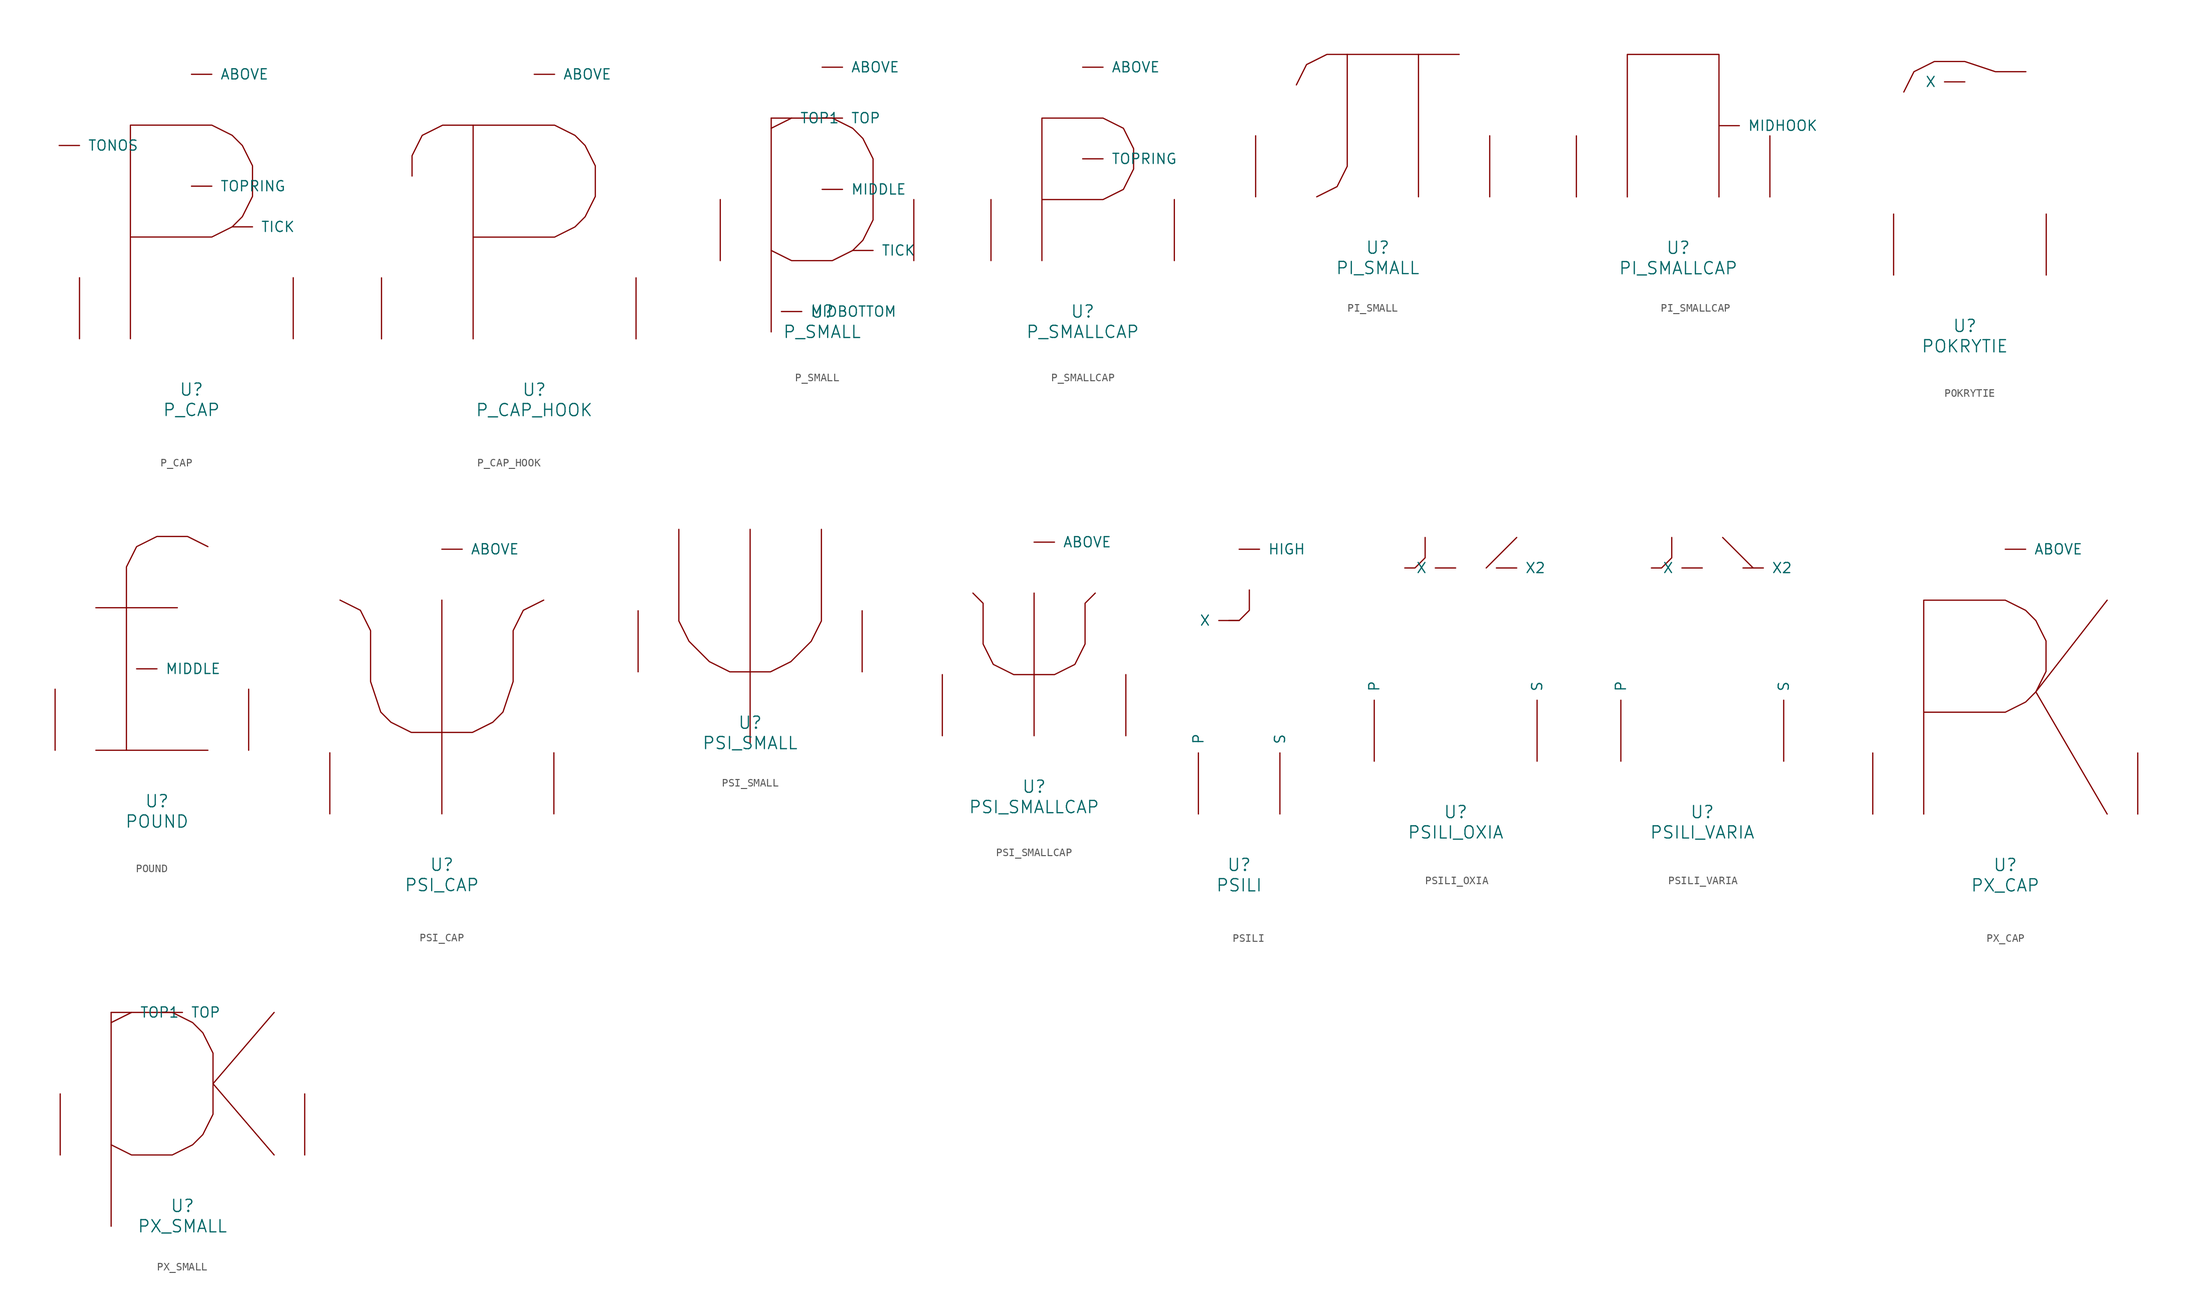
<source format=kicad_sym>
(kicad_symbol_lib
  (version 20220914)
  (generator font_lib2sym)
  (symbol "P_CAP"
    (pin_names
      (offset 1.016))
    (property "Reference" "U"
      (at 0 -6.35 0)
      (effects (font (size 1.524 1.524))))
    (property "Value" "P_CAP"
      (at 0 -8.89 0)
      (effects (font (size 1.524 1.524))))
    (symbol "P_CAP_0_1"
      (polyline (pts (xy -7.62 0) (xy -7.62 26.67) (xy 2.54 26.67) (xy 5.08 25.4) (xy 6.35 24.13) (xy 7.62 21.59) (xy 7.62 17.78) (xy 6.35 15.24) (xy 5.08 13.97) (xy 2.54 12.7) (xy -7.62 12.7)) (stroke (width 0) (type solid)) (fill (type none)))
      (pin input line (at 0 33.02 0) (length 2.54) (name "ABOVE" (effects (font (size 1.27 1.27)))) (number "~" (effects (font (size 1.27 1.27)))))
      (pin input line (at 5.08 13.97 0) (length 2.54) (name "TICK" (effects (font (size 1.27 1.27)))) (number "~" (effects (font (size 1.27 1.27)))))
      (pin input line (at -16.51 24.13 0) (length 2.54) (name "TONOS" (effects (font (size 1.27 1.27)))) (number "~" (effects (font (size 1.27 1.27)))))
      (pin input line (at 0 19.05 0) (length 2.54) (name "TOPRING" (effects (font (size 1.27 1.27)))) (number "~" (effects (font (size 1.27 1.27)))))
      (pin input line (at -13.97 0 90) (length 7.62) (name "~" (effects (font (size 1.27 1.27)))) (number "~" (effects (font (size 1.27 1.27)))))
      (pin input line (at 12.7 0 90) (length 7.62) (name "~" (effects (font (size 1.27 1.27)))) (number "~" (effects (font (size 1.27 1.27)))))))
  (symbol "P_CAP_HOOK"
    (pin_names
      (offset 1.016))
    (property "Reference" "U"
      (at 0 -6.35 0)
      (effects (font (size 1.524 1.524))))
    (property "Value" "P_CAP_HOOK"
      (at 0 -8.89 0)
      (effects (font (size 1.524 1.524))))
    (symbol "P_CAP_HOOK_0_1"
      (polyline (pts (xy -7.62 26.67) (xy -7.62 0)) (stroke (width 0) (type solid)) (fill (type none)))
      (polyline (pts (xy -15.24 20.32) (xy -15.24 22.86) (xy -13.97 25.4) (xy -11.43 26.67) (xy 2.54 26.67) (xy 5.08 25.4) (xy 6.35 24.13) (xy 7.62 21.59) (xy 7.62 17.78) (xy 6.35 15.24) (xy 5.08 13.97) (xy 2.54 12.7) (xy -7.62 12.7)) (stroke (width 0) (type solid)) (fill (type none)))
      (pin input line (at 0 33.02 0) (length 2.54) (name "ABOVE" (effects (font (size 1.27 1.27)))) (number "~" (effects (font (size 1.27 1.27)))))
      (pin input line (at -19.05 0 90) (length 7.62) (name "~" (effects (font (size 1.27 1.27)))) (number "~" (effects (font (size 1.27 1.27)))))
      (pin input line (at 12.7 0 90) (length 7.62) (name "~" (effects (font (size 1.27 1.27)))) (number "~" (effects (font (size 1.27 1.27)))))))
  (symbol "P_SMALL"
    (pin_names
      (offset 1.016))
    (property "Reference" "U"
      (at 0 -6.35 0)
      (effects (font (size 1.524 1.524))))
    (property "Value" "P_SMALL"
      (at 0 -8.89 0)
      (effects (font (size 1.524 1.524))))
    (symbol "P_SMALL_0_1"
      (polyline (pts (xy -6.35 17.78) (xy -6.35 -8.89)) (stroke (width 0) (type solid)) (fill (type none)))
      (polyline (pts (xy -6.35 16.51) (xy -3.81 17.78) (xy 1.27 17.78) (xy 3.81 16.51) (xy 5.08 15.24) (xy 6.35 12.7) (xy 6.35 5.08) (xy 5.08 2.54) (xy 3.81 1.27) (xy 1.27 0) (xy -3.81 0) (xy -6.35 1.27)) (stroke (width 0) (type solid)) (fill (type none)))
      (pin input line (at 0 24.13 0) (length 2.54) (name "ABOVE" (effects (font (size 1.27 1.27)))) (number "~" (effects (font (size 1.27 1.27)))))
      (pin input line (at -5.08 -6.35 0) (length 2.54) (name "MIDBOTTOM" (effects (font (size 1.27 1.27)))) (number "~" (effects (font (size 1.27 1.27)))))
      (pin input line (at 0 8.89 0) (length 2.54) (name "MIDDLE" (effects (font (size 1.27 1.27)))) (number "~" (effects (font (size 1.27 1.27)))))
      (pin input line (at 3.81 1.27 0) (length 2.54) (name "TICK" (effects (font (size 1.27 1.27)))) (number "~" (effects (font (size 1.27 1.27)))))
      (pin input line (at 0 17.78 0) (length 2.54) (name "TOP" (effects (font (size 1.27 1.27)))) (number "~" (effects (font (size 1.27 1.27)))))
      (pin input line (at -6.35 17.78 0) (length 2.54) (name "TOP1" (effects (font (size 1.27 1.27)))) (number "~" (effects (font (size 1.27 1.27)))))
      (pin input line (at -12.7 0 90) (length 7.62) (name "~" (effects (font (size 1.27 1.27)))) (number "~" (effects (font (size 1.27 1.27)))))
      (pin input line (at 11.43 0 90) (length 7.62) (name "~" (effects (font (size 1.27 1.27)))) (number "~" (effects (font (size 1.27 1.27)))))))
  (symbol "P_SMALLCAP"
    (pin_names
      (offset 1.016))
    (property "Reference" "U"
      (at 0 -6.35 0)
      (effects (font (size 1.524 1.524))))
    (property "Value" "P_SMALLCAP"
      (at 0 -8.89 0)
      (effects (font (size 1.524 1.524))))
    (symbol "P_SMALLCAP_0_1"
      (polyline (pts (xy -5.08 0) (xy -5.08 17.78) (xy 2.54 17.78) (xy 5.08 16.51) (xy 6.35 13.97) (xy 6.35 11.43) (xy 5.08 8.89) (xy 2.54 7.62) (xy -5.08 7.62)) (stroke (width 0) (type solid)) (fill (type none)))
      (pin input line (at 0 24.13 0) (length 2.54) (name "ABOVE" (effects (font (size 1.27 1.27)))) (number "~" (effects (font (size 1.27 1.27)))))
      (pin input line (at 0 12.7 0) (length 2.54) (name "TOPRING" (effects (font (size 1.27 1.27)))) (number "~" (effects (font (size 1.27 1.27)))))
      (pin input line (at -11.43 0 90) (length 7.62) (name "~" (effects (font (size 1.27 1.27)))) (number "~" (effects (font (size 1.27 1.27)))))
      (pin input line (at 11.43 0 90) (length 7.62) (name "~" (effects (font (size 1.27 1.27)))) (number "~" (effects (font (size 1.27 1.27)))))))
  (symbol "PI_SMALL"
    (pin_names
      (offset 1.016))
    (property "Reference" "U"
      (at 0 -6.35 0)
      (effects (font (size 1.524 1.524))))
    (property "Value" "PI_SMALL"
      (at 0 -8.89 0)
      (effects (font (size 1.524 1.524))))
    (symbol "PI_SMALL_0_1"
      (polyline (pts (xy 5.08 17.78) (xy 5.08 0)) (stroke (width 0) (type solid)) (fill (type none)))
      (polyline (pts (xy -3.81 17.78) (xy -3.81 3.81) (xy -5.08 1.27) (xy -7.62 0)) (stroke (width 0) (type solid)) (fill (type none)))
      (polyline (pts (xy 10.16 17.78) (xy -6.35 17.78) (xy -8.89 16.51) (xy -10.16 13.97)) (stroke (width 0) (type solid)) (fill (type none)))
      (pin input line (at -15.24 0 90) (length 7.62) (name "~" (effects (font (size 1.27 1.27)))) (number "~" (effects (font (size 1.27 1.27)))))
      (pin input line (at 13.97 0 90) (length 7.62) (name "~" (effects (font (size 1.27 1.27)))) (number "~" (effects (font (size 1.27 1.27)))))))
  (symbol "PI_SMALLCAP"
    (pin_names
      (offset 1.016))
    (property "Reference" "U"
      (at 0 -6.35 0)
      (effects (font (size 1.524 1.524))))
    (property "Value" "PI_SMALLCAP"
      (at 0 -8.89 0)
      (effects (font (size 1.524 1.524))))
    (symbol "PI_SMALLCAP_0_1"
      (polyline (pts (xy -6.35 0) (xy -6.35 17.78) (xy 5.08 17.78) (xy 5.08 0)) (stroke (width 0) (type solid)) (fill (type none)))
      (pin input line (at 5.08 8.89 0) (length 2.54) (name "MIDHOOK" (effects (font (size 1.27 1.27)))) (number "~" (effects (font (size 1.27 1.27)))))
      (pin input line (at -12.7 0 90) (length 7.62) (name "~" (effects (font (size 1.27 1.27)))) (number "~" (effects (font (size 1.27 1.27)))))
      (pin input line (at 11.43 0 90) (length 7.62) (name "~" (effects (font (size 1.27 1.27)))) (number "~" (effects (font (size 1.27 1.27)))))))
  (symbol "POKRYTIE"
    (pin_names
      (offset 1.016))
    (property "Reference" "U"
      (at 0 -6.35 0)
      (effects (font (size 1.524 1.524))))
    (property "Value" "POKRYTIE"
      (at 0 -8.89 0)
      (effects (font (size 1.524 1.524))))
    (symbol "POKRYTIE_0_1"
      (polyline (pts (xy -7.62 22.86) (xy -6.35 25.4) (xy -3.81 26.67) (xy 0 26.67) (xy 3.81 25.4) (xy 7.62 25.4)) (stroke (width 0) (type solid)) (fill (type none)))
      (pin input line (at 0 24.13 180) (length 2.54) (name "X" (effects (font (size 1.27 1.27)))) (number "~" (effects (font (size 1.27 1.27)))))
      (pin input line (at -8.89 0 90) (length 7.62) (name "~" (effects (font (size 1.27 1.27)))) (number "~" (effects (font (size 1.27 1.27)))))
      (pin input line (at 10.16 0 90) (length 7.62) (name "~" (effects (font (size 1.27 1.27)))) (number "~" (effects (font (size 1.27 1.27)))))))
  (symbol "POUND"
    (pin_names
      (offset 1.016))
    (property "Reference" "U"
      (at 0 -6.35 0)
      (effects (font (size 1.524 1.524))))
    (property "Value" "POUND"
      (at 0 -8.89 0)
      (effects (font (size 1.524 1.524))))
    (symbol "POUND_0_1"
      (polyline (pts (xy -7.62 17.78) (xy 2.54 17.78)) (stroke (width 0) (type solid)) (fill (type none)))
      (polyline (pts (xy -7.62 0) (xy 6.35 0) (xy 6.35 0)) (stroke (width 0) (type solid)) (fill (type none)))
      (polyline (pts (xy -3.81 0) (xy -3.81 22.86) (xy -2.54 25.4) (xy 0 26.67) (xy 3.81 26.67) (xy 6.35 25.4)) (stroke (width 0) (type solid)) (fill (type none)))
      (pin input line (at -2.54 10.16 0) (length 2.54) (name "MIDDLE" (effects (font (size 1.27 1.27)))) (number "~" (effects (font (size 1.27 1.27)))))
      (pin input line (at -12.7 0 90) (length 7.62) (name "~" (effects (font (size 1.27 1.27)))) (number "~" (effects (font (size 1.27 1.27)))))
      (pin input line (at 11.43 0 90) (length 7.62) (name "~" (effects (font (size 1.27 1.27)))) (number "~" (effects (font (size 1.27 1.27)))))))
  (symbol "PSI_CAP"
    (pin_names
      (offset 1.016))
    (property "Reference" "U"
      (at 0 -6.35 0)
      (effects (font (size 1.524 1.524))))
    (property "Value" "PSI_CAP"
      (at 0 -8.89 0)
      (effects (font (size 1.524 1.524))))
    (symbol "PSI_CAP_0_1"
      (polyline (pts (xy 0 0) (xy 0 26.67)) (stroke (width 0) (type solid)) (fill (type none)))
      (polyline (pts (xy -12.7 26.67) (xy -10.16 25.4) (xy -8.89 22.86) (xy -8.89 16.51) (xy -7.62 12.7) (xy -6.35 11.43) (xy -3.81 10.16) (xy 3.81 10.16) (xy 6.35 11.43) (xy 7.62 12.7) (xy 8.89 16.51) (xy 8.89 22.86) (xy 10.16 25.4) (xy 12.7 26.67)) (stroke (width 0) (type solid)) (fill (type none)))
      (pin input line (at 0 33.02 0) (length 2.54) (name "ABOVE" (effects (font (size 1.27 1.27)))) (number "~" (effects (font (size 1.27 1.27)))))
      (pin input line (at -13.97 0 90) (length 7.62) (name "~" (effects (font (size 1.27 1.27)))) (number "~" (effects (font (size 1.27 1.27)))))
      (pin input line (at 13.97 0 90) (length 7.62) (name "~" (effects (font (size 1.27 1.27)))) (number "~" (effects (font (size 1.27 1.27)))))))
  (symbol "PSI_SMALL"
    (pin_names
      (offset 1.016))
    (property "Reference" "U"
      (at 0 -6.35 0)
      (effects (font (size 1.524 1.524))))
    (property "Value" "PSI_SMALL"
      (at 0 -8.89 0)
      (effects (font (size 1.524 1.524))))
    (symbol "PSI_SMALL_0_1"
      (polyline (pts (xy 0 17.78) (xy 0 -8.89)) (stroke (width 0) (type solid)) (fill (type none)))
      (polyline (pts (xy -8.89 17.78) (xy -8.89 6.35) (xy -7.62 3.81) (xy -5.08 1.27) (xy -2.54 0) (xy 2.54 0) (xy 5.08 1.27) (xy 7.62 3.81) (xy 8.89 6.35) (xy 8.89 17.78)) (stroke (width 0) (type solid)) (fill (type none)))
      (pin input line (at -13.97 0 90) (length 7.62) (name "~" (effects (font (size 1.27 1.27)))) (number "~" (effects (font (size 1.27 1.27)))))
      (pin input line (at 13.97 0 90) (length 7.62) (name "~" (effects (font (size 1.27 1.27)))) (number "~" (effects (font (size 1.27 1.27)))))))
  (symbol "PSI_SMALLCAP"
    (pin_names
      (offset 1.016))
    (property "Reference" "U"
      (at 0 -6.35 0)
      (effects (font (size 1.524 1.524))))
    (property "Value" "PSI_SMALLCAP"
      (at 0 -8.89 0)
      (effects (font (size 1.524 1.524))))
    (symbol "PSI_SMALLCAP_0_1"
      (polyline (pts (xy 0 17.78) (xy 0 0)) (stroke (width 0) (type solid)) (fill (type none)))
      (polyline (pts (xy -7.62 17.78) (xy -6.35 16.51) (xy -6.35 11.43) (xy -5.08 8.89) (xy -2.54 7.62) (xy 2.54 7.62) (xy 5.08 8.89) (xy 6.35 11.43) (xy 6.35 16.51) (xy 7.62 17.78)) (stroke (width 0) (type solid)) (fill (type none)))
      (pin input line (at 0 24.13 0) (length 2.54) (name "ABOVE" (effects (font (size 1.27 1.27)))) (number "~" (effects (font (size 1.27 1.27)))))
      (pin input line (at -11.43 0 90) (length 7.62) (name "~" (effects (font (size 1.27 1.27)))) (number "~" (effects (font (size 1.27 1.27)))))
      (pin input line (at 11.43 0 90) (length 7.62) (name "~" (effects (font (size 1.27 1.27)))) (number "~" (effects (font (size 1.27 1.27)))))))
  (symbol "PSILI"
    (pin_names
      (offset 1.016))
    (property "Reference" "U"
      (at 0 -6.35 0)
      (effects (font (size 1.524 1.524))))
    (property "Value" "PSILI"
      (at 0 -8.89 0)
      (effects (font (size 1.524 1.524))))
    (symbol "PSILI_0_1"
      (polyline (pts (xy -1.27 24.13) (xy 0 24.13) (xy 1.27 25.4) (xy 1.27 27.94)) (stroke (width 0) (type solid)) (fill (type none)))
      (pin input line (at 0 33.02 0) (length 2.54) (name "HIGH" (effects (font (size 1.27 1.27)))) (number "~" (effects (font (size 1.27 1.27)))))
      (pin input line (at -5.08 0 90) (length 7.62) (name "P" (effects (font (size 1.27 1.27)))) (number "~" (effects (font (size 1.27 1.27)))))
      (pin input line (at 5.08 0 90) (length 7.62) (name "S" (effects (font (size 1.27 1.27)))) (number "~" (effects (font (size 1.27 1.27)))))
      (pin input line (at 0 24.13 180) (length 2.54) (name "X" (effects (font (size 1.27 1.27)))) (number "~" (effects (font (size 1.27 1.27)))))))
  (symbol "PSILI_OXIA"
    (pin_names
      (offset 1.016))
    (property "Reference" "U"
      (at 0 -6.35 0)
      (effects (font (size 1.524 1.524))))
    (property "Value" "PSILI_OXIA"
      (at 0 -8.89 0)
      (effects (font (size 1.524 1.524))))
    (symbol "PSILI_OXIA_0_1"
      (polyline (pts (xy 7.62 27.94) (xy 3.81 24.13)) (stroke (width 0) (type solid)) (fill (type none)))
      (polyline (pts (xy -6.35 24.13) (xy -5.08 24.13) (xy -3.81 25.4) (xy -3.81 27.94)) (stroke (width 0) (type solid)) (fill (type none)))
      (pin input line (at -10.16 0 90) (length 7.62) (name "P" (effects (font (size 1.27 1.27)))) (number "~" (effects (font (size 1.27 1.27)))))
      (pin input line (at 10.16 0 90) (length 7.62) (name "S" (effects (font (size 1.27 1.27)))) (number "~" (effects (font (size 1.27 1.27)))))
      (pin input line (at 0 24.13 180) (length 2.54) (name "X" (effects (font (size 1.27 1.27)))) (number "~" (effects (font (size 1.27 1.27)))))
      (pin input line (at 5.08 24.13 0) (length 2.54) (name "X2" (effects (font (size 1.27 1.27)))) (number "~" (effects (font (size 1.27 1.27)))))))
  (symbol "PSILI_VARIA"
    (pin_names
      (offset 1.016))
    (property "Reference" "U"
      (at 0 -6.35 0)
      (effects (font (size 1.524 1.524))))
    (property "Value" "PSILI_VARIA"
      (at 0 -8.89 0)
      (effects (font (size 1.524 1.524))))
    (symbol "PSILI_VARIA_0_1"
      (polyline (pts (xy 2.54 27.94) (xy 6.35 24.13)) (stroke (width 0) (type solid)) (fill (type none)))
      (polyline (pts (xy -6.35 24.13) (xy -5.08 24.13) (xy -3.81 25.4) (xy -3.81 27.94)) (stroke (width 0) (type solid)) (fill (type none)))
      (pin input line (at -10.16 0 90) (length 7.62) (name "P" (effects (font (size 1.27 1.27)))) (number "~" (effects (font (size 1.27 1.27)))))
      (pin input line (at 10.16 0 90) (length 7.62) (name "S" (effects (font (size 1.27 1.27)))) (number "~" (effects (font (size 1.27 1.27)))))
      (pin input line (at 0 24.13 180) (length 2.54) (name "X" (effects (font (size 1.27 1.27)))) (number "~" (effects (font (size 1.27 1.27)))))
      (pin input line (at 5.08 24.13 0) (length 2.54) (name "X2" (effects (font (size 1.27 1.27)))) (number "~" (effects (font (size 1.27 1.27)))))))
  (symbol "PX_CAP"
    (pin_names
      (offset 1.016))
    (property "Reference" "U"
      (at 0 -6.35 0)
      (effects (font (size 1.524 1.524))))
    (property "Value" "PX_CAP"
      (at 0 -8.89 0)
      (effects (font (size 1.524 1.524))))
    (symbol "PX_CAP_0_1"
      (polyline (pts (xy 12.7 26.67) (xy 3.81 15.24) (xy 12.7 0)) (stroke (width 0) (type solid)) (fill (type none)))
      (polyline (pts (xy -10.16 0) (xy -10.16 26.67) (xy 0 26.67) (xy 2.54 25.4) (xy 3.81 24.13) (xy 5.08 21.59) (xy 5.08 17.78) (xy 3.81 15.24) (xy 2.54 13.97) (xy 0 12.7) (xy -10.16 12.7)) (stroke (width 0) (type solid)) (fill (type none)))
      (pin input line (at 0 33.02 0) (length 2.54) (name "ABOVE" (effects (font (size 1.27 1.27)))) (number "~" (effects (font (size 1.27 1.27)))))
      (pin input line (at -16.51 0 90) (length 7.62) (name "~" (effects (font (size 1.27 1.27)))) (number "~" (effects (font (size 1.27 1.27)))))
      (pin input line (at 16.51 0 90) (length 7.62) (name "~" (effects (font (size 1.27 1.27)))) (number "~" (effects (font (size 1.27 1.27)))))))
  (symbol "PX_SMALL"
    (pin_names
      (offset 1.016))
    (property "Reference" "U"
      (at 0 -6.35 0)
      (effects (font (size 1.524 1.524))))
    (property "Value" "PX_SMALL"
      (at 0 -8.89 0)
      (effects (font (size 1.524 1.524))))
    (symbol "PX_SMALL_0_1"
      (polyline (pts (xy -8.89 17.78) (xy -8.89 -8.89)) (stroke (width 0) (type solid)) (fill (type none)))
      (polyline (pts (xy 11.43 17.78) (xy 3.81 8.89) (xy 11.43 0)) (stroke (width 0) (type solid)) (fill (type none)))
      (polyline (pts (xy -8.89 16.51) (xy -6.35 17.78) (xy -1.27 17.78) (xy 1.27 16.51) (xy 2.54 15.24) (xy 3.81 12.7) (xy 3.81 5.08) (xy 2.54 2.54) (xy 1.27 1.27) (xy -1.27 0) (xy -6.35 0) (xy -8.89 1.27)) (stroke (width 0) (type solid)) (fill (type none)))
      (pin input line (at -2.54 17.78 0) (length 2.54) (name "TOP" (effects (font (size 1.27 1.27)))) (number "~" (effects (font (size 1.27 1.27)))))
      (pin input line (at -8.89 17.78 0) (length 2.54) (name "TOP1" (effects (font (size 1.27 1.27)))) (number "~" (effects (font (size 1.27 1.27)))))
      (pin input line (at -15.24 0 90) (length 7.62) (name "~" (effects (font (size 1.27 1.27)))) (number "~" (effects (font (size 1.27 1.27)))))
      (pin input line (at 15.24 0 90) (length 7.62) (name "~" (effects (font (size 1.27 1.27)))) (number "~" (effects (font (size 1.27 1.27))))))))
</source>
